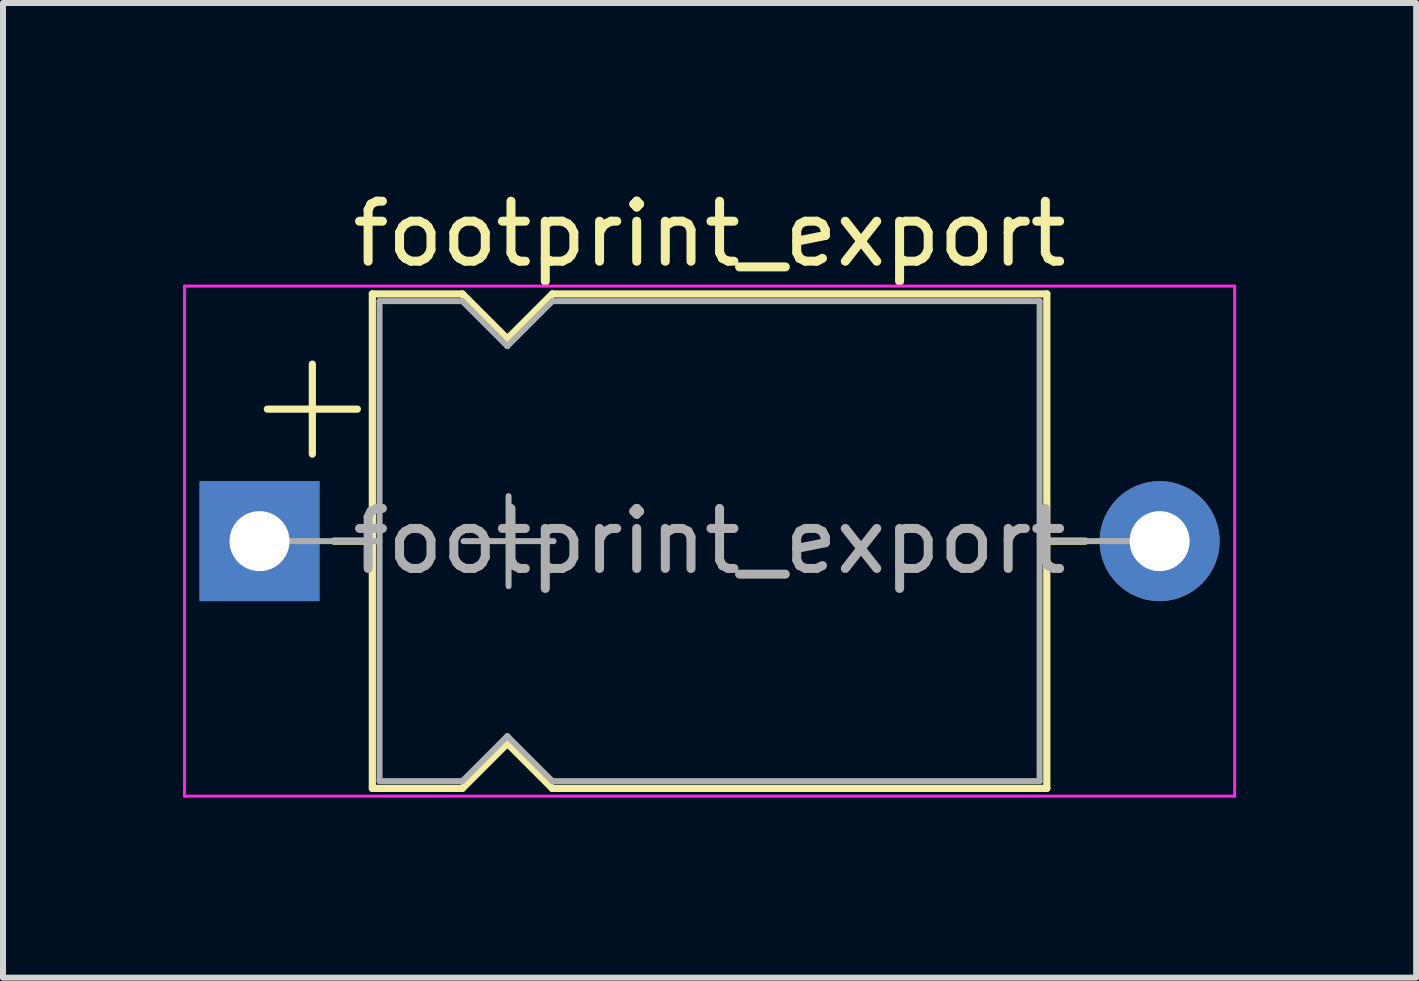
<source format=kicad_pcb>
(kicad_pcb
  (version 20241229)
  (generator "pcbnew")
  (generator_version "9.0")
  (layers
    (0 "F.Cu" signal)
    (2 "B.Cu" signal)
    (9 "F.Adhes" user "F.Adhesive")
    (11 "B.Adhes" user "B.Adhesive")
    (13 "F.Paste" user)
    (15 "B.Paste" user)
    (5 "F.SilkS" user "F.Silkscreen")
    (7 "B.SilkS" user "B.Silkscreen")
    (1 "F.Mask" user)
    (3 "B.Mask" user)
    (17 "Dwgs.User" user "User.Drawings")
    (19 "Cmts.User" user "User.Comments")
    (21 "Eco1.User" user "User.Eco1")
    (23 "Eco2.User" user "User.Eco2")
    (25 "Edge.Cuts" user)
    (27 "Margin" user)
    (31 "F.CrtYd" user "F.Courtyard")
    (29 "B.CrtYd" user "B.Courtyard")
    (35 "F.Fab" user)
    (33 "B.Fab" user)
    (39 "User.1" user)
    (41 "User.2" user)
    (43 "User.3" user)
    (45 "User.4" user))
  (footprint "footprint_export"
    (layer "F.Cu")
    (at 1.275 5.968)
    (property "Reference" "footprint_export" (at 7.5 -5.12 0) (layer "F.SilkS") (effects (font (size 1 1) (thickness 0.15))))
    (attr through_hole)
    (fp_line (start 0.13 -2.2) (end 1.63 -2.2) (stroke (width 0.12) (type solid)) (layer "F.SilkS"))
    (fp_line (start 0.88 -2.95) (end 0.88 -1.45) (stroke (width 0.12) (type solid)) (layer "F.SilkS"))
    (fp_line (start 1.24 0) (end 1.88 0) (stroke (width 0.12) (type solid)) (layer "F.SilkS"))
    (fp_line (start 1.88 -4.12) (end 1.88 4.12) (stroke (width 0.12) (type solid)) (layer "F.SilkS"))
    (fp_line (start 1.88 -4.12) (end 3.38 -4.12) (stroke (width 0.12) (type solid)) (layer "F.SilkS"))
    (fp_line (start 1.88 4.12) (end 3.38 4.12) (stroke (width 0.12) (type solid)) (layer "F.SilkS"))
    (fp_line (start 3.38 -4.12) (end 4.13 -3.37) (stroke (width 0.12) (type solid)) (layer "F.SilkS"))
    (fp_line (start 3.38 4.12) (end 4.13 3.37) (stroke (width 0.12) (type solid)) (layer "F.SilkS"))
    (fp_line (start 4.13 -3.37) (end 4.88 -4.12) (stroke (width 0.12) (type solid)) (layer "F.SilkS"))
    (fp_line (start 4.13 3.37) (end 4.88 4.12) (stroke (width 0.12) (type solid)) (layer "F.SilkS"))
    (fp_line (start 4.88 -4.12) (end 13.12 -4.12) (stroke (width 0.12) (type solid)) (layer "F.SilkS"))
    (fp_line (start 4.88 4.12) (end 13.12 4.12) (stroke (width 0.12) (type solid)) (layer "F.SilkS"))
    (fp_line (start 13.12 -4.12) (end 13.12 4.12) (stroke (width 0.12) (type solid)) (layer "F.SilkS"))
    (fp_line (start 13.76 0) (end 13.12 0) (stroke (width 0.12) (type solid)) (layer "F.SilkS"))
    (fp_line (start -1.25 -4.25) (end -1.25 4.25) (stroke (width 0.05) (type solid)) (layer "F.CrtYd"))
    (fp_line (start -1.25 4.25) (end 16.25 4.25) (stroke (width 0.05) (type solid)) (layer "F.CrtYd"))
    (fp_line (start 16.25 -4.25) (end -1.25 -4.25) (stroke (width 0.05) (type solid)) (layer "F.CrtYd"))
    (fp_line (start 16.25 4.25) (end 16.25 -4.25) (stroke (width 0.05) (type solid)) (layer "F.CrtYd"))
    (fp_line (start 0 0) (end 2 0) (stroke (width 0.1) (type solid)) (layer "F.Fab"))
    (fp_line (start 2 -4) (end 2 4) (stroke (width 0.1) (type solid)) (layer "F.Fab"))
    (fp_line (start 2 -4) (end 3.38 -4) (stroke (width 0.1) (type solid)) (layer "F.Fab"))
    (fp_line (start 2 4) (end 3.38 4) (stroke (width 0.1) (type solid)) (layer "F.Fab"))
    (fp_line (start 3.38 -4) (end 4.13 -3.25) (stroke (width 0.1) (type solid)) (layer "F.Fab"))
    (fp_line (start 3.38 4) (end 4.13 3.25) (stroke (width 0.1) (type solid)) (layer "F.Fab"))
    (fp_line (start 3.4 0) (end 4.9 0) (stroke (width 0.1) (type solid)) (layer "F.Fab"))
    (fp_line (start 4.13 -3.25) (end 4.88 -4) (stroke (width 0.1) (type solid)) (layer "F.Fab"))
    (fp_line (start 4.13 3.25) (end 4.88 4) (stroke (width 0.1) (type solid)) (layer "F.Fab"))
    (fp_line (start 4.15 -0.75) (end 4.15 0.75) (stroke (width 0.1) (type solid)) (layer "F.Fab"))
    (fp_line (start 4.88 -4) (end 13 -4) (stroke (width 0.1) (type solid)) (layer "F.Fab"))
    (fp_line (start 4.88 4) (end 13 4) (stroke (width 0.1) (type solid)) (layer "F.Fab"))
    (fp_line (start 13 -4) (end 13 4) (stroke (width 0.1) (type solid)) (layer "F.Fab"))
    (fp_line (start 15 0) (end 13 0) (stroke (width 0.1) (type solid)) (layer "F.Fab"))
    (fp_text user "${REFERENCE}" (at 7.5 0 0) (layer "F.Fab") (effects (font (size 1 1) (thickness 0.15))))
    (pad "1" thru_hole rect (at 0 0) (size 2 2) (drill 1) (layers "*.Cu" "*.Mask"))
    (pad "2" thru_hole oval (at 15 0) (size 2 2) (drill 1) (layers "*.Cu" "*.Mask")))
  (gr_rect
    (start -3 -3)
    (end 20.55 13.243)
    (stroke (width 0.1) (type default))
    (fill no)
    (layer "Edge.Cuts")))
</source>
